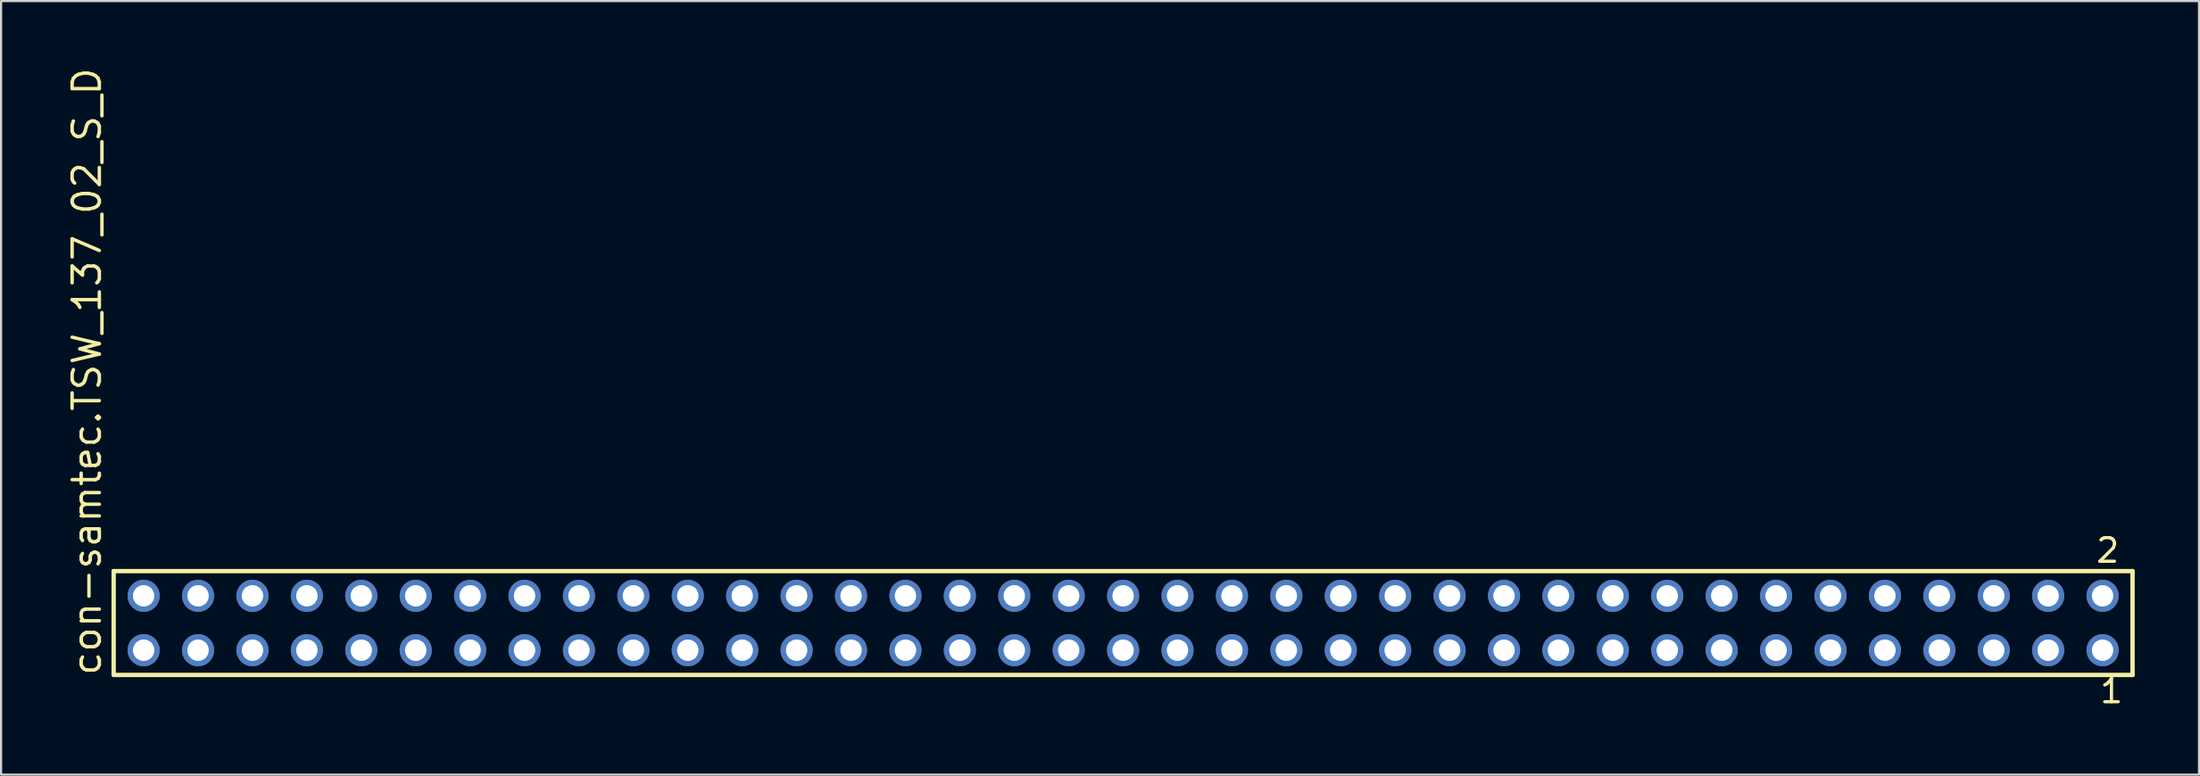
<source format=kicad_pcb>
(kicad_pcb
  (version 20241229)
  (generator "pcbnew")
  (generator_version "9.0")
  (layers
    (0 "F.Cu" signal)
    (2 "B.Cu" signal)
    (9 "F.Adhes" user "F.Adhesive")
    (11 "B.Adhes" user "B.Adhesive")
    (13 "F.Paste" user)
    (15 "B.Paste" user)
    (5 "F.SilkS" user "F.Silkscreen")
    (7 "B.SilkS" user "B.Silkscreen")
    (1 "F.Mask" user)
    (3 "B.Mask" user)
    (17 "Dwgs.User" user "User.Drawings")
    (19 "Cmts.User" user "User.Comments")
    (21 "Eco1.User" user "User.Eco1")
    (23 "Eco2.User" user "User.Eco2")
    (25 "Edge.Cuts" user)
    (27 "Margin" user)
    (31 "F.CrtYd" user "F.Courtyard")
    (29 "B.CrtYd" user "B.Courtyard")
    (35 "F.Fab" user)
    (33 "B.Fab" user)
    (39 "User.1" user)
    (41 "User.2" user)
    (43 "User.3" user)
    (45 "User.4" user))
  (footprint "con-samtec.TSW_137_02_S_D"
    (layer "F.Cu")
    (at 49.375 26.049)
    (property "Reference" "con-samtec.TSW_137_02_S_D" (at -47.625 2.54 90) (layer "F.SilkS") (effects (font (size 1.27 1.27) (thickness 0.16)) (justify left bottom)))
    (attr through_hole)
    (fp_line (start -47.119 -2.425) (end 47.119 -2.425) (stroke (width 0.203) (type default)) (layer "F.SilkS"))
    (fp_line (start -47.119 2.425) (end -47.119 -2.425) (stroke (width 0.203) (type default)) (layer "F.SilkS"))
    (fp_line (start 47.119 -2.425) (end 47.119 2.425) (stroke (width 0.203) (type default)) (layer "F.SilkS"))
    (fp_line (start 47.119 2.425) (end -47.119 2.425) (stroke (width 0.203) (type default)) (layer "F.SilkS"))
    (fp_rect (start -46.07 -0.92) (end -45.37 -1.62) (stroke (width 0.05) (type default)) (fill no) (layer "F.Fab"))
    (fp_rect (start -46.07 1.62) (end -45.37 0.92) (stroke (width 0.05) (type default)) (fill no) (layer "F.Fab"))
    (fp_rect (start -43.53 -0.92) (end -42.83 -1.62) (stroke (width 0.05) (type default)) (fill no) (layer "F.Fab"))
    (fp_rect (start -43.53 1.62) (end -42.83 0.92) (stroke (width 0.05) (type default)) (fill no) (layer "F.Fab"))
    (fp_rect (start -40.99 -0.92) (end -40.29 -1.62) (stroke (width 0.05) (type default)) (fill no) (layer "F.Fab"))
    (fp_rect (start -40.99 1.62) (end -40.29 0.92) (stroke (width 0.05) (type default)) (fill no) (layer "F.Fab"))
    (fp_rect (start -38.45 -0.92) (end -37.75 -1.62) (stroke (width 0.05) (type default)) (fill no) (layer "F.Fab"))
    (fp_rect (start -38.45 1.62) (end -37.75 0.92) (stroke (width 0.05) (type default)) (fill no) (layer "F.Fab"))
    (fp_rect (start -35.91 -0.92) (end -35.21 -1.62) (stroke (width 0.05) (type default)) (fill no) (layer "F.Fab"))
    (fp_rect (start -35.91 1.62) (end -35.21 0.92) (stroke (width 0.05) (type default)) (fill no) (layer "F.Fab"))
    (fp_rect (start -33.37 -0.92) (end -32.67 -1.62) (stroke (width 0.05) (type default)) (fill no) (layer "F.Fab"))
    (fp_rect (start -33.37 1.62) (end -32.67 0.92) (stroke (width 0.05) (type default)) (fill no) (layer "F.Fab"))
    (fp_rect (start -30.83 -0.92) (end -30.13 -1.62) (stroke (width 0.05) (type default)) (fill no) (layer "F.Fab"))
    (fp_rect (start -30.83 1.62) (end -30.13 0.92) (stroke (width 0.05) (type default)) (fill no) (layer "F.Fab"))
    (fp_rect (start -28.29 -0.92) (end -27.59 -1.62) (stroke (width 0.05) (type default)) (fill no) (layer "F.Fab"))
    (fp_rect (start -28.29 1.62) (end -27.59 0.92) (stroke (width 0.05) (type default)) (fill no) (layer "F.Fab"))
    (fp_rect (start -25.75 -0.92) (end -25.05 -1.62) (stroke (width 0.05) (type default)) (fill no) (layer "F.Fab"))
    (fp_rect (start -25.75 1.62) (end -25.05 0.92) (stroke (width 0.05) (type default)) (fill no) (layer "F.Fab"))
    (fp_rect (start -23.21 -0.92) (end -22.51 -1.62) (stroke (width 0.05) (type default)) (fill no) (layer "F.Fab"))
    (fp_rect (start -23.21 1.62) (end -22.51 0.92) (stroke (width 0.05) (type default)) (fill no) (layer "F.Fab"))
    (fp_rect (start -20.67 -0.92) (end -19.97 -1.62) (stroke (width 0.05) (type default)) (fill no) (layer "F.Fab"))
    (fp_rect (start -20.67 1.62) (end -19.97 0.92) (stroke (width 0.05) (type default)) (fill no) (layer "F.Fab"))
    (fp_rect (start -18.13 -0.92) (end -17.43 -1.62) (stroke (width 0.05) (type default)) (fill no) (layer "F.Fab"))
    (fp_rect (start -18.13 1.62) (end -17.43 0.92) (stroke (width 0.05) (type default)) (fill no) (layer "F.Fab"))
    (fp_rect (start -15.59 -0.92) (end -14.89 -1.62) (stroke (width 0.05) (type default)) (fill no) (layer "F.Fab"))
    (fp_rect (start -15.59 1.62) (end -14.89 0.92) (stroke (width 0.05) (type default)) (fill no) (layer "F.Fab"))
    (fp_rect (start -13.05 -0.92) (end -12.35 -1.62) (stroke (width 0.05) (type default)) (fill no) (layer "F.Fab"))
    (fp_rect (start -13.05 1.62) (end -12.35 0.92) (stroke (width 0.05) (type default)) (fill no) (layer "F.Fab"))
    (fp_rect (start -10.51 -0.92) (end -9.81 -1.62) (stroke (width 0.05) (type default)) (fill no) (layer "F.Fab"))
    (fp_rect (start -10.51 1.62) (end -9.81 0.92) (stroke (width 0.05) (type default)) (fill no) (layer "F.Fab"))
    (fp_rect (start -7.97 -0.92) (end -7.27 -1.62) (stroke (width 0.05) (type default)) (fill no) (layer "F.Fab"))
    (fp_rect (start -7.97 1.62) (end -7.27 0.92) (stroke (width 0.05) (type default)) (fill no) (layer "F.Fab"))
    (fp_rect (start -5.43 -0.92) (end -4.73 -1.62) (stroke (width 0.05) (type default)) (fill no) (layer "F.Fab"))
    (fp_rect (start -5.43 1.62) (end -4.73 0.92) (stroke (width 0.05) (type default)) (fill no) (layer "F.Fab"))
    (fp_rect (start -2.89 -0.92) (end -2.19 -1.62) (stroke (width 0.05) (type default)) (fill no) (layer "F.Fab"))
    (fp_rect (start -2.89 1.62) (end -2.19 0.92) (stroke (width 0.05) (type default)) (fill no) (layer "F.Fab"))
    (fp_rect (start -0.35 -0.92) (end 0.35 -1.62) (stroke (width 0.05) (type default)) (fill no) (layer "F.Fab"))
    (fp_rect (start -0.35 1.62) (end 0.35 0.92) (stroke (width 0.05) (type default)) (fill no) (layer "F.Fab"))
    (fp_rect (start 2.19 -0.92) (end 2.89 -1.62) (stroke (width 0.05) (type default)) (fill no) (layer "F.Fab"))
    (fp_rect (start 2.19 1.62) (end 2.89 0.92) (stroke (width 0.05) (type default)) (fill no) (layer "F.Fab"))
    (fp_rect (start 4.73 -0.92) (end 5.43 -1.62) (stroke (width 0.05) (type default)) (fill no) (layer "F.Fab"))
    (fp_rect (start 4.73 1.62) (end 5.43 0.92) (stroke (width 0.05) (type default)) (fill no) (layer "F.Fab"))
    (fp_rect (start 7.27 -0.92) (end 7.97 -1.62) (stroke (width 0.05) (type default)) (fill no) (layer "F.Fab"))
    (fp_rect (start 7.27 1.62) (end 7.97 0.92) (stroke (width 0.05) (type default)) (fill no) (layer "F.Fab"))
    (fp_rect (start 9.81 -0.92) (end 10.51 -1.62) (stroke (width 0.05) (type default)) (fill no) (layer "F.Fab"))
    (fp_rect (start 9.81 1.62) (end 10.51 0.92) (stroke (width 0.05) (type default)) (fill no) (layer "F.Fab"))
    (fp_rect (start 12.35 -0.92) (end 13.05 -1.62) (stroke (width 0.05) (type default)) (fill no) (layer "F.Fab"))
    (fp_rect (start 12.35 1.62) (end 13.05 0.92) (stroke (width 0.05) (type default)) (fill no) (layer "F.Fab"))
    (fp_rect (start 14.89 -0.92) (end 15.59 -1.62) (stroke (width 0.05) (type default)) (fill no) (layer "F.Fab"))
    (fp_rect (start 14.89 1.62) (end 15.59 0.92) (stroke (width 0.05) (type default)) (fill no) (layer "F.Fab"))
    (fp_rect (start 17.43 -0.92) (end 18.13 -1.62) (stroke (width 0.05) (type default)) (fill no) (layer "F.Fab"))
    (fp_rect (start 17.43 1.62) (end 18.13 0.92) (stroke (width 0.05) (type default)) (fill no) (layer "F.Fab"))
    (fp_rect (start 19.97 -0.92) (end 20.67 -1.62) (stroke (width 0.05) (type default)) (fill no) (layer "F.Fab"))
    (fp_rect (start 19.97 1.62) (end 20.67 0.92) (stroke (width 0.05) (type default)) (fill no) (layer "F.Fab"))
    (fp_rect (start 22.51 -0.92) (end 23.21 -1.62) (stroke (width 0.05) (type default)) (fill no) (layer "F.Fab"))
    (fp_rect (start 22.51 1.62) (end 23.21 0.92) (stroke (width 0.05) (type default)) (fill no) (layer "F.Fab"))
    (fp_rect (start 25.05 -0.92) (end 25.75 -1.62) (stroke (width 0.05) (type default)) (fill no) (layer "F.Fab"))
    (fp_rect (start 25.05 1.62) (end 25.75 0.92) (stroke (width 0.05) (type default)) (fill no) (layer "F.Fab"))
    (fp_rect (start 27.59 -0.92) (end 28.29 -1.62) (stroke (width 0.05) (type default)) (fill no) (layer "F.Fab"))
    (fp_rect (start 27.59 1.62) (end 28.29 0.92) (stroke (width 0.05) (type default)) (fill no) (layer "F.Fab"))
    (fp_rect (start 30.13 -0.92) (end 30.83 -1.62) (stroke (width 0.05) (type default)) (fill no) (layer "F.Fab"))
    (fp_rect (start 30.13 1.62) (end 30.83 0.92) (stroke (width 0.05) (type default)) (fill no) (layer "F.Fab"))
    (fp_rect (start 32.67 -0.92) (end 33.37 -1.62) (stroke (width 0.05) (type default)) (fill no) (layer "F.Fab"))
    (fp_rect (start 32.67 1.62) (end 33.37 0.92) (stroke (width 0.05) (type default)) (fill no) (layer "F.Fab"))
    (fp_rect (start 35.21 -0.92) (end 35.91 -1.62) (stroke (width 0.05) (type default)) (fill no) (layer "F.Fab"))
    (fp_rect (start 35.21 1.62) (end 35.91 0.92) (stroke (width 0.05) (type default)) (fill no) (layer "F.Fab"))
    (fp_rect (start 37.75 -0.92) (end 38.45 -1.62) (stroke (width 0.05) (type default)) (fill no) (layer "F.Fab"))
    (fp_rect (start 37.75 1.62) (end 38.45 0.92) (stroke (width 0.05) (type default)) (fill no) (layer "F.Fab"))
    (fp_rect (start 40.29 -0.92) (end 40.99 -1.62) (stroke (width 0.05) (type default)) (fill no) (layer "F.Fab"))
    (fp_rect (start 40.29 1.62) (end 40.99 0.92) (stroke (width 0.05) (type default)) (fill no) (layer "F.Fab"))
    (fp_rect (start 42.83 -0.92) (end 43.53 -1.62) (stroke (width 0.05) (type default)) (fill no) (layer "F.Fab"))
    (fp_rect (start 42.83 1.62) (end 43.53 0.92) (stroke (width 0.05) (type default)) (fill no) (layer "F.Fab"))
    (fp_rect (start 45.37 -0.92) (end 46.07 -1.62) (stroke (width 0.05) (type default)) (fill no) (layer "F.Fab"))
    (fp_rect (start 45.37 1.62) (end 46.07 0.92) (stroke (width 0.05) (type default)) (fill no) (layer "F.Fab"))
    (fp_text user "2" (at 45.337 -2.744 0) (layer "F.SilkS") (effects (font (size 1.1 1.1) (thickness 0.15)) (justify left bottom)))
    (fp_text user "1" (at 45.512 3.818 0) (layer "F.SilkS") (effects (font (size 1.1 1.1) (thickness 0.15)) (justify left bottom)))
    (pad "1" thru_hole circle (at 45.72 1.27 180) (size 1.5 1.5) (drill 1) (layers "*.Cu" "*.Mask"))
    (pad "2" thru_hole circle (at 45.72 -1.27 180) (size 1.5 1.5) (drill 1) (layers "*.Cu" "*.Mask"))
    (pad "3" thru_hole circle (at 43.18 1.27 180) (size 1.5 1.5) (drill 1) (layers "*.Cu" "*.Mask"))
    (pad "4" thru_hole circle (at 43.18 -1.27 180) (size 1.5 1.5) (drill 1) (layers "*.Cu" "*.Mask"))
    (pad "5" thru_hole circle (at 40.64 1.27 180) (size 1.5 1.5) (drill 1) (layers "*.Cu" "*.Mask"))
    (pad "6" thru_hole circle (at 40.64 -1.27 180) (size 1.5 1.5) (drill 1) (layers "*.Cu" "*.Mask"))
    (pad "7" thru_hole circle (at 38.1 1.27 180) (size 1.5 1.5) (drill 1) (layers "*.Cu" "*.Mask"))
    (pad "8" thru_hole circle (at 38.1 -1.27 180) (size 1.5 1.5) (drill 1) (layers "*.Cu" "*.Mask"))
    (pad "9" thru_hole circle (at 35.56 1.27 180) (size 1.5 1.5) (drill 1) (layers "*.Cu" "*.Mask"))
    (pad "10" thru_hole circle (at 35.56 -1.27 180) (size 1.5 1.5) (drill 1) (layers "*.Cu" "*.Mask"))
    (pad "11" thru_hole circle (at 33.02 1.27 180) (size 1.5 1.5) (drill 1) (layers "*.Cu" "*.Mask"))
    (pad "12" thru_hole circle (at 33.02 -1.27 180) (size 1.5 1.5) (drill 1) (layers "*.Cu" "*.Mask"))
    (pad "13" thru_hole circle (at 30.48 1.27 180) (size 1.5 1.5) (drill 1) (layers "*.Cu" "*.Mask"))
    (pad "14" thru_hole circle (at 30.48 -1.27 180) (size 1.5 1.5) (drill 1) (layers "*.Cu" "*.Mask"))
    (pad "15" thru_hole circle (at 27.94 1.27 180) (size 1.5 1.5) (drill 1) (layers "*.Cu" "*.Mask"))
    (pad "16" thru_hole circle (at 27.94 -1.27 180) (size 1.5 1.5) (drill 1) (layers "*.Cu" "*.Mask"))
    (pad "17" thru_hole circle (at 25.4 1.27 180) (size 1.5 1.5) (drill 1) (layers "*.Cu" "*.Mask"))
    (pad "18" thru_hole circle (at 25.4 -1.27 180) (size 1.5 1.5) (drill 1) (layers "*.Cu" "*.Mask"))
    (pad "19" thru_hole circle (at 22.86 1.27 180) (size 1.5 1.5) (drill 1) (layers "*.Cu" "*.Mask"))
    (pad "20" thru_hole circle (at 22.86 -1.27 180) (size 1.5 1.5) (drill 1) (layers "*.Cu" "*.Mask"))
    (pad "21" thru_hole circle (at 20.32 1.27 180) (size 1.5 1.5) (drill 1) (layers "*.Cu" "*.Mask"))
    (pad "22" thru_hole circle (at 20.32 -1.27 180) (size 1.5 1.5) (drill 1) (layers "*.Cu" "*.Mask"))
    (pad "23" thru_hole circle (at 17.78 1.27 180) (size 1.5 1.5) (drill 1) (layers "*.Cu" "*.Mask"))
    (pad "24" thru_hole circle (at 17.78 -1.27 180) (size 1.5 1.5) (drill 1) (layers "*.Cu" "*.Mask"))
    (pad "25" thru_hole circle (at 15.24 1.27 180) (size 1.5 1.5) (drill 1) (layers "*.Cu" "*.Mask"))
    (pad "26" thru_hole circle (at 15.24 -1.27 180) (size 1.5 1.5) (drill 1) (layers "*.Cu" "*.Mask"))
    (pad "27" thru_hole circle (at 12.7 1.27 180) (size 1.5 1.5) (drill 1) (layers "*.Cu" "*.Mask"))
    (pad "28" thru_hole circle (at 12.7 -1.27 180) (size 1.5 1.5) (drill 1) (layers "*.Cu" "*.Mask"))
    (pad "29" thru_hole circle (at 10.16 1.27 180) (size 1.5 1.5) (drill 1) (layers "*.Cu" "*.Mask"))
    (pad "30" thru_hole circle (at 10.16 -1.27 180) (size 1.5 1.5) (drill 1) (layers "*.Cu" "*.Mask"))
    (pad "31" thru_hole circle (at 7.62 1.27 180) (size 1.5 1.5) (drill 1) (layers "*.Cu" "*.Mask"))
    (pad "32" thru_hole circle (at 7.62 -1.27 180) (size 1.5 1.5) (drill 1) (layers "*.Cu" "*.Mask"))
    (pad "33" thru_hole circle (at 5.08 1.27 180) (size 1.5 1.5) (drill 1) (layers "*.Cu" "*.Mask"))
    (pad "34" thru_hole circle (at 5.08 -1.27 180) (size 1.5 1.5) (drill 1) (layers "*.Cu" "*.Mask"))
    (pad "35" thru_hole circle (at 2.54 1.27 180) (size 1.5 1.5) (drill 1) (layers "*.Cu" "*.Mask"))
    (pad "36" thru_hole circle (at 2.54 -1.27 180) (size 1.5 1.5) (drill 1) (layers "*.Cu" "*.Mask"))
    (pad "37" thru_hole circle (at 0 1.27 180) (size 1.5 1.5) (drill 1) (layers "*.Cu" "*.Mask"))
    (pad "38" thru_hole circle (at 0 -1.27 180) (size 1.5 1.5) (drill 1) (layers "*.Cu" "*.Mask"))
    (pad "39" thru_hole circle (at -2.54 1.27 180) (size 1.5 1.5) (drill 1) (layers "*.Cu" "*.Mask"))
    (pad "40" thru_hole circle (at -2.54 -1.27 180) (size 1.5 1.5) (drill 1) (layers "*.Cu" "*.Mask"))
    (pad "41" thru_hole circle (at -5.08 1.27 180) (size 1.5 1.5) (drill 1) (layers "*.Cu" "*.Mask"))
    (pad "42" thru_hole circle (at -5.08 -1.27 180) (size 1.5 1.5) (drill 1) (layers "*.Cu" "*.Mask"))
    (pad "43" thru_hole circle (at -7.62 1.27 180) (size 1.5 1.5) (drill 1) (layers "*.Cu" "*.Mask"))
    (pad "44" thru_hole circle (at -7.62 -1.27 180) (size 1.5 1.5) (drill 1) (layers "*.Cu" "*.Mask"))
    (pad "45" thru_hole circle (at -10.16 1.27 180) (size 1.5 1.5) (drill 1) (layers "*.Cu" "*.Mask"))
    (pad "46" thru_hole circle (at -10.16 -1.27 180) (size 1.5 1.5) (drill 1) (layers "*.Cu" "*.Mask"))
    (pad "47" thru_hole circle (at -12.7 1.27 180) (size 1.5 1.5) (drill 1) (layers "*.Cu" "*.Mask"))
    (pad "48" thru_hole circle (at -12.7 -1.27 180) (size 1.5 1.5) (drill 1) (layers "*.Cu" "*.Mask"))
    (pad "49" thru_hole circle (at -15.24 1.27 180) (size 1.5 1.5) (drill 1) (layers "*.Cu" "*.Mask"))
    (pad "50" thru_hole circle (at -15.24 -1.27 180) (size 1.5 1.5) (drill 1) (layers "*.Cu" "*.Mask"))
    (pad "51" thru_hole circle (at -17.78 1.27 180) (size 1.5 1.5) (drill 1) (layers "*.Cu" "*.Mask"))
    (pad "52" thru_hole circle (at -17.78 -1.27 180) (size 1.5 1.5) (drill 1) (layers "*.Cu" "*.Mask"))
    (pad "53" thru_hole circle (at -20.32 1.27 180) (size 1.5 1.5) (drill 1) (layers "*.Cu" "*.Mask"))
    (pad "54" thru_hole circle (at -20.32 -1.27 180) (size 1.5 1.5) (drill 1) (layers "*.Cu" "*.Mask"))
    (pad "55" thru_hole circle (at -22.86 1.27 180) (size 1.5 1.5) (drill 1) (layers "*.Cu" "*.Mask"))
    (pad "56" thru_hole circle (at -22.86 -1.27 180) (size 1.5 1.5) (drill 1) (layers "*.Cu" "*.Mask"))
    (pad "57" thru_hole circle (at -25.4 1.27 180) (size 1.5 1.5) (drill 1) (layers "*.Cu" "*.Mask"))
    (pad "58" thru_hole circle (at -25.4 -1.27 180) (size 1.5 1.5) (drill 1) (layers "*.Cu" "*.Mask"))
    (pad "59" thru_hole circle (at -27.94 1.27 180) (size 1.5 1.5) (drill 1) (layers "*.Cu" "*.Mask"))
    (pad "60" thru_hole circle (at -27.94 -1.27 180) (size 1.5 1.5) (drill 1) (layers "*.Cu" "*.Mask"))
    (pad "61" thru_hole circle (at -30.48 1.27 180) (size 1.5 1.5) (drill 1) (layers "*.Cu" "*.Mask"))
    (pad "62" thru_hole circle (at -30.48 -1.27 180) (size 1.5 1.5) (drill 1) (layers "*.Cu" "*.Mask"))
    (pad "63" thru_hole circle (at -33.02 1.27 180) (size 1.5 1.5) (drill 1) (layers "*.Cu" "*.Mask"))
    (pad "64" thru_hole circle (at -33.02 -1.27 180) (size 1.5 1.5) (drill 1) (layers "*.Cu" "*.Mask"))
    (pad "65" thru_hole circle (at -35.56 1.27 180) (size 1.5 1.5) (drill 1) (layers "*.Cu" "*.Mask"))
    (pad "66" thru_hole circle (at -35.56 -1.27 180) (size 1.5 1.5) (drill 1) (layers "*.Cu" "*.Mask"))
    (pad "67" thru_hole circle (at -38.1 1.27 180) (size 1.5 1.5) (drill 1) (layers "*.Cu" "*.Mask"))
    (pad "68" thru_hole circle (at -38.1 -1.27 180) (size 1.5 1.5) (drill 1) (layers "*.Cu" "*.Mask"))
    (pad "69" thru_hole circle (at -40.64 1.27 180) (size 1.5 1.5) (drill 1) (layers "*.Cu" "*.Mask"))
    (pad "70" thru_hole circle (at -40.64 -1.27 180) (size 1.5 1.5) (drill 1) (layers "*.Cu" "*.Mask"))
    (pad "71" thru_hole circle (at -43.18 1.27 180) (size 1.5 1.5) (drill 1) (layers "*.Cu" "*.Mask"))
    (pad "72" thru_hole circle (at -43.18 -1.27 180) (size 1.5 1.5) (drill 1) (layers "*.Cu" "*.Mask"))
    (pad "73" thru_hole circle (at -45.72 1.27 180) (size 1.5 1.5) (drill 1) (layers "*.Cu" "*.Mask"))
    (pad "74" thru_hole circle (at -45.72 -1.27 180) (size 1.5 1.5) (drill 1) (layers "*.Cu" "*.Mask")))
  (gr_rect
    (start -3 -3)
    (end 99.596 33.131)
    (stroke (width 0.1) (type default))
    (fill no)
    (layer "Edge.Cuts")))
</source>
